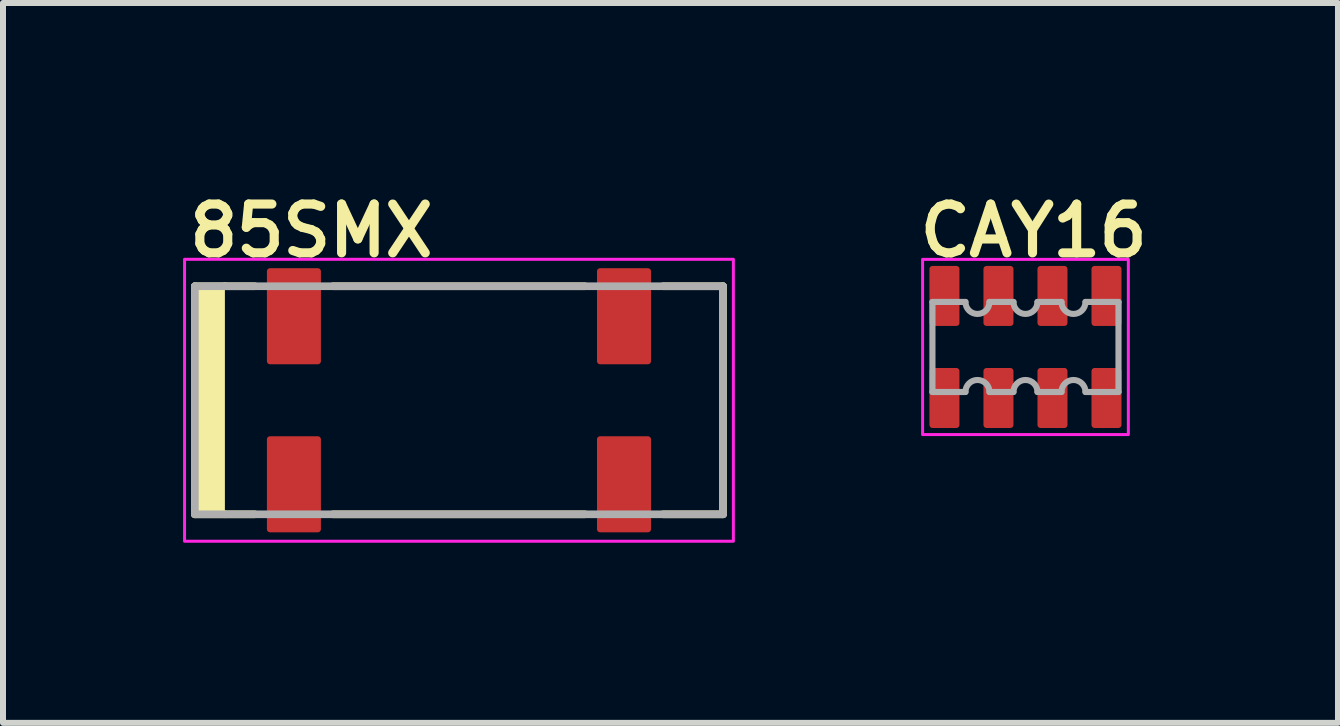
<source format=kicad_pcb>
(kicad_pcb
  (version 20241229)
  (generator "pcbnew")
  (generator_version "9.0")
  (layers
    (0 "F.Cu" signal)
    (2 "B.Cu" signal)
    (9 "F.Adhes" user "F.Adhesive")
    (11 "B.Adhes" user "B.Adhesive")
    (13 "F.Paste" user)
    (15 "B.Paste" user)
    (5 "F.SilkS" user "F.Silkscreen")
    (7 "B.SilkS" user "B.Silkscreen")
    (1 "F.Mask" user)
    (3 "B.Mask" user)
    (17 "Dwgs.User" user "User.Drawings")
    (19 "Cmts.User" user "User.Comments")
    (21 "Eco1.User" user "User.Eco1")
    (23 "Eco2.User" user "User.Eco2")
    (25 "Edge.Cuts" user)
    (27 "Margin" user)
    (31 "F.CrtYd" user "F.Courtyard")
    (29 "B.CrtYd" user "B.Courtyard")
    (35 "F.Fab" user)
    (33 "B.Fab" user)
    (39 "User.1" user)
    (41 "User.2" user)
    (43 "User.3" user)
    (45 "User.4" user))
  (footprint "CAY16"
    (layer "F.Cu")
    (at 14.036 2.731)
    (property "Reference" "CAY16" (at -1.841 -1.46 0) (layer "F.SilkS") (effects (font (size 0.813 0.813) (thickness 0.152) (bold yes)) (justify left bottom)))
    (attr smd)
    (fp_rect (start -1.714 -1.46) (end 1.714 1.46) (stroke (width 0.05) (type default)) (fill no) (layer "F.CrtYd"))
    (fp_line (start -1.55 -0.75) (end -1 -0.75) (stroke (width 0.102) (type solid)) (layer "F.Fab"))
    (fp_line (start -1.55 0.75) (end -1.55 -0.75) (stroke (width 0.102) (type solid)) (layer "F.Fab"))
    (fp_line (start -1 0.75) (end -1.55 0.75) (stroke (width 0.102) (type solid)) (layer "F.Fab"))
    (fp_line (start -0.6 -0.75) (end -0.2 -0.75) (stroke (width 0.102) (type solid)) (layer "F.Fab"))
    (fp_line (start -0.2 0.75) (end -0.6 0.75) (stroke (width 0.102) (type solid)) (layer "F.Fab"))
    (fp_line (start 0.2 -0.75) (end 0.6 -0.75) (stroke (width 0.102) (type solid)) (layer "F.Fab"))
    (fp_line (start 0.6 0.75) (end 0.2 0.75) (stroke (width 0.102) (type solid)) (layer "F.Fab"))
    (fp_line (start 1 -0.75) (end 1.55 -0.75) (stroke (width 0.102) (type solid)) (layer "F.Fab"))
    (fp_line (start 1.55 -0.75) (end 1.55 0.75) (stroke (width 0.102) (type solid)) (layer "F.Fab"))
    (fp_line (start 1.55 0.75) (end 1 0.75) (stroke (width 0.102) (type solid)) (layer "F.Fab"))
    (fp_arc (start -1 0.75) (mid -0.8 0.55) (end -0.6 0.75) (stroke (width 0.1016) (type solid)) (layer "F.Fab"))
    (fp_arc (start -0.6 -0.75) (mid -0.8 -0.55) (end -1 -0.75) (stroke (width 0.1016) (type solid)) (layer "F.Fab"))
    (fp_arc (start -0.2 0.75) (mid 0 0.55) (end 0.2 0.75) (stroke (width 0.1016) (type solid)) (layer "F.Fab"))
    (fp_arc (start 0.2 -0.75) (mid 0 -0.55) (end -0.2 -0.75) (stroke (width 0.1016) (type solid)) (layer "F.Fab"))
    (fp_arc (start 0.6 0.75) (mid 0.8 0.55) (end 1 0.75) (stroke (width 0.1016) (type solid)) (layer "F.Fab"))
    (fp_arc (start 1 -0.75) (mid 0.8 -0.55) (end 0.6 -0.75) (stroke (width 0.1016) (type solid)) (layer "F.Fab"))
    (pad "1" smd roundrect (at -1.35 0.85) (size 0.5 1) (layers "F.Cu" "F.Mask" "F.Paste") (roundrect_rratio 0.102))
    (pad "2" smd roundrect (at -0.45 0.85) (size 0.5 1) (layers "F.Cu" "F.Mask" "F.Paste") (roundrect_rratio 0.102))
    (pad "3" smd roundrect (at 0.45 0.85) (size 0.5 1) (layers "F.Cu" "F.Mask" "F.Paste") (roundrect_rratio 0.102))
    (pad "4" smd roundrect (at 1.35 0.85) (size 0.5 1) (layers "F.Cu" "F.Mask" "F.Paste") (roundrect_rratio 0.102))
    (pad "5" smd roundrect (at 1.35 -0.85) (size 0.5 1) (layers "F.Cu" "F.Mask" "F.Paste") (roundrect_rratio 0.102))
    (pad "6" smd roundrect (at 0.45 -0.85) (size 0.5 1) (layers "F.Cu" "F.Mask" "F.Paste") (roundrect_rratio 0.102))
    (pad "7" smd roundrect (at -0.45 -0.85) (size 0.5 1) (layers "F.Cu" "F.Mask" "F.Paste") (roundrect_rratio 0.102))
    (pad "8" smd roundrect (at -1.35 -0.85) (size 0.5 1) (layers "F.Cu" "F.Mask" "F.Paste") (roundrect_rratio 0.102)))
  (footprint "85SMX"
    (layer "F.Cu")
    (at 4.597 3.619)
    (property "Reference" "85SMX" (at -4.572 -2.349 0) (layer "F.SilkS") (effects (font (size 0.813 0.813) (thickness 0.152) (bold yes)) (justify left bottom)))
    (attr smd)
    (fp_line (start -4.4 -1.9) (end -4.4 1.9) (stroke (width 0.127) (type solid)) (layer "F.SilkS"))
    (fp_line (start -4.4 -1.9) (end -3.9 -1.9) (stroke (width 0.127) (type solid)) (layer "F.SilkS"))
    (fp_line (start -4.4 1.9) (end -3.9 1.9) (stroke (width 0.127) (type solid)) (layer "F.SilkS"))
    (fp_line (start -3.9 -1.9) (end -3.4 -1.9) (stroke (width 0.127) (type solid)) (layer "F.SilkS"))
    (fp_line (start -3.9 1.9) (end -3.4 1.9) (stroke (width 0.127) (type solid)) (layer "F.SilkS"))
    (fp_line (start -2.1 -1.9) (end 2.1 -1.9) (stroke (width 0.127) (type solid)) (layer "F.SilkS"))
    (fp_line (start -2.1 1.9) (end 2.1 1.9) (stroke (width 0.127) (type solid)) (layer "F.SilkS"))
    (fp_line (start 3.4 -1.9) (end 4.4 -1.9) (stroke (width 0.127) (type solid)) (layer "F.SilkS"))
    (fp_line (start 3.4 1.9) (end 4.4 1.9) (stroke (width 0.127) (type solid)) (layer "F.SilkS"))
    (fp_line (start 4.4 -1.9) (end 4.4 1.9) (stroke (width 0.127) (type solid)) (layer "F.SilkS"))
    (fp_poly (pts (xy -4.4 1.9) (xy -3.9 1.9) (xy -3.9 -1.9) (xy -4.4 -1.9)) (stroke (width 0) (type default)) (fill yes) (layer "F.SilkS"))
    (fp_rect (start -4.572 -2.349) (end 4.572 2.349) (stroke (width 0.05) (type default)) (fill no) (layer "F.CrtYd"))
    (fp_line (start -4.4 -1.9) (end -4.4 1.9) (stroke (width 0.127) (type solid)) (layer "F.Fab"))
    (fp_line (start -4.4 -1.9) (end 4.4 -1.9) (stroke (width 0.127) (type solid)) (layer "F.Fab"))
    (fp_line (start -4.4 1.9) (end 4.4 1.9) (stroke (width 0.127) (type solid)) (layer "F.Fab"))
    (fp_line (start 4.4 -1.9) (end 4.4 1.9) (stroke (width 0.127) (type solid)) (layer "F.Fab"))
    (pad "" smd roundrect (at 2.75 -1.4 90) (size 1.6 0.9) (layers "F.Cu" "F.Mask" "F.Paste") (roundrect_rratio 0.056))
    (pad "" smd roundrect (at 2.75 1.4 90) (size 1.6 0.9) (layers "F.Cu" "F.Mask" "F.Paste") (roundrect_rratio 0.056))
    (pad "1" smd roundrect (at -2.75 1.4 90) (size 1.6 0.9) (layers "F.Cu" "F.Mask" "F.Paste") (roundrect_rratio 0.056))
    (pad "4" smd roundrect (at -2.75 -1.4 90) (size 1.6 0.9) (layers "F.Cu" "F.Mask" "F.Paste") (roundrect_rratio 0.056)))
  (gr_rect
    (start -3 -3)
    (end 19.243 8.994)
    (stroke (width 0.1) (type default))
    (fill no)
    (layer "Edge.Cuts")))
</source>
